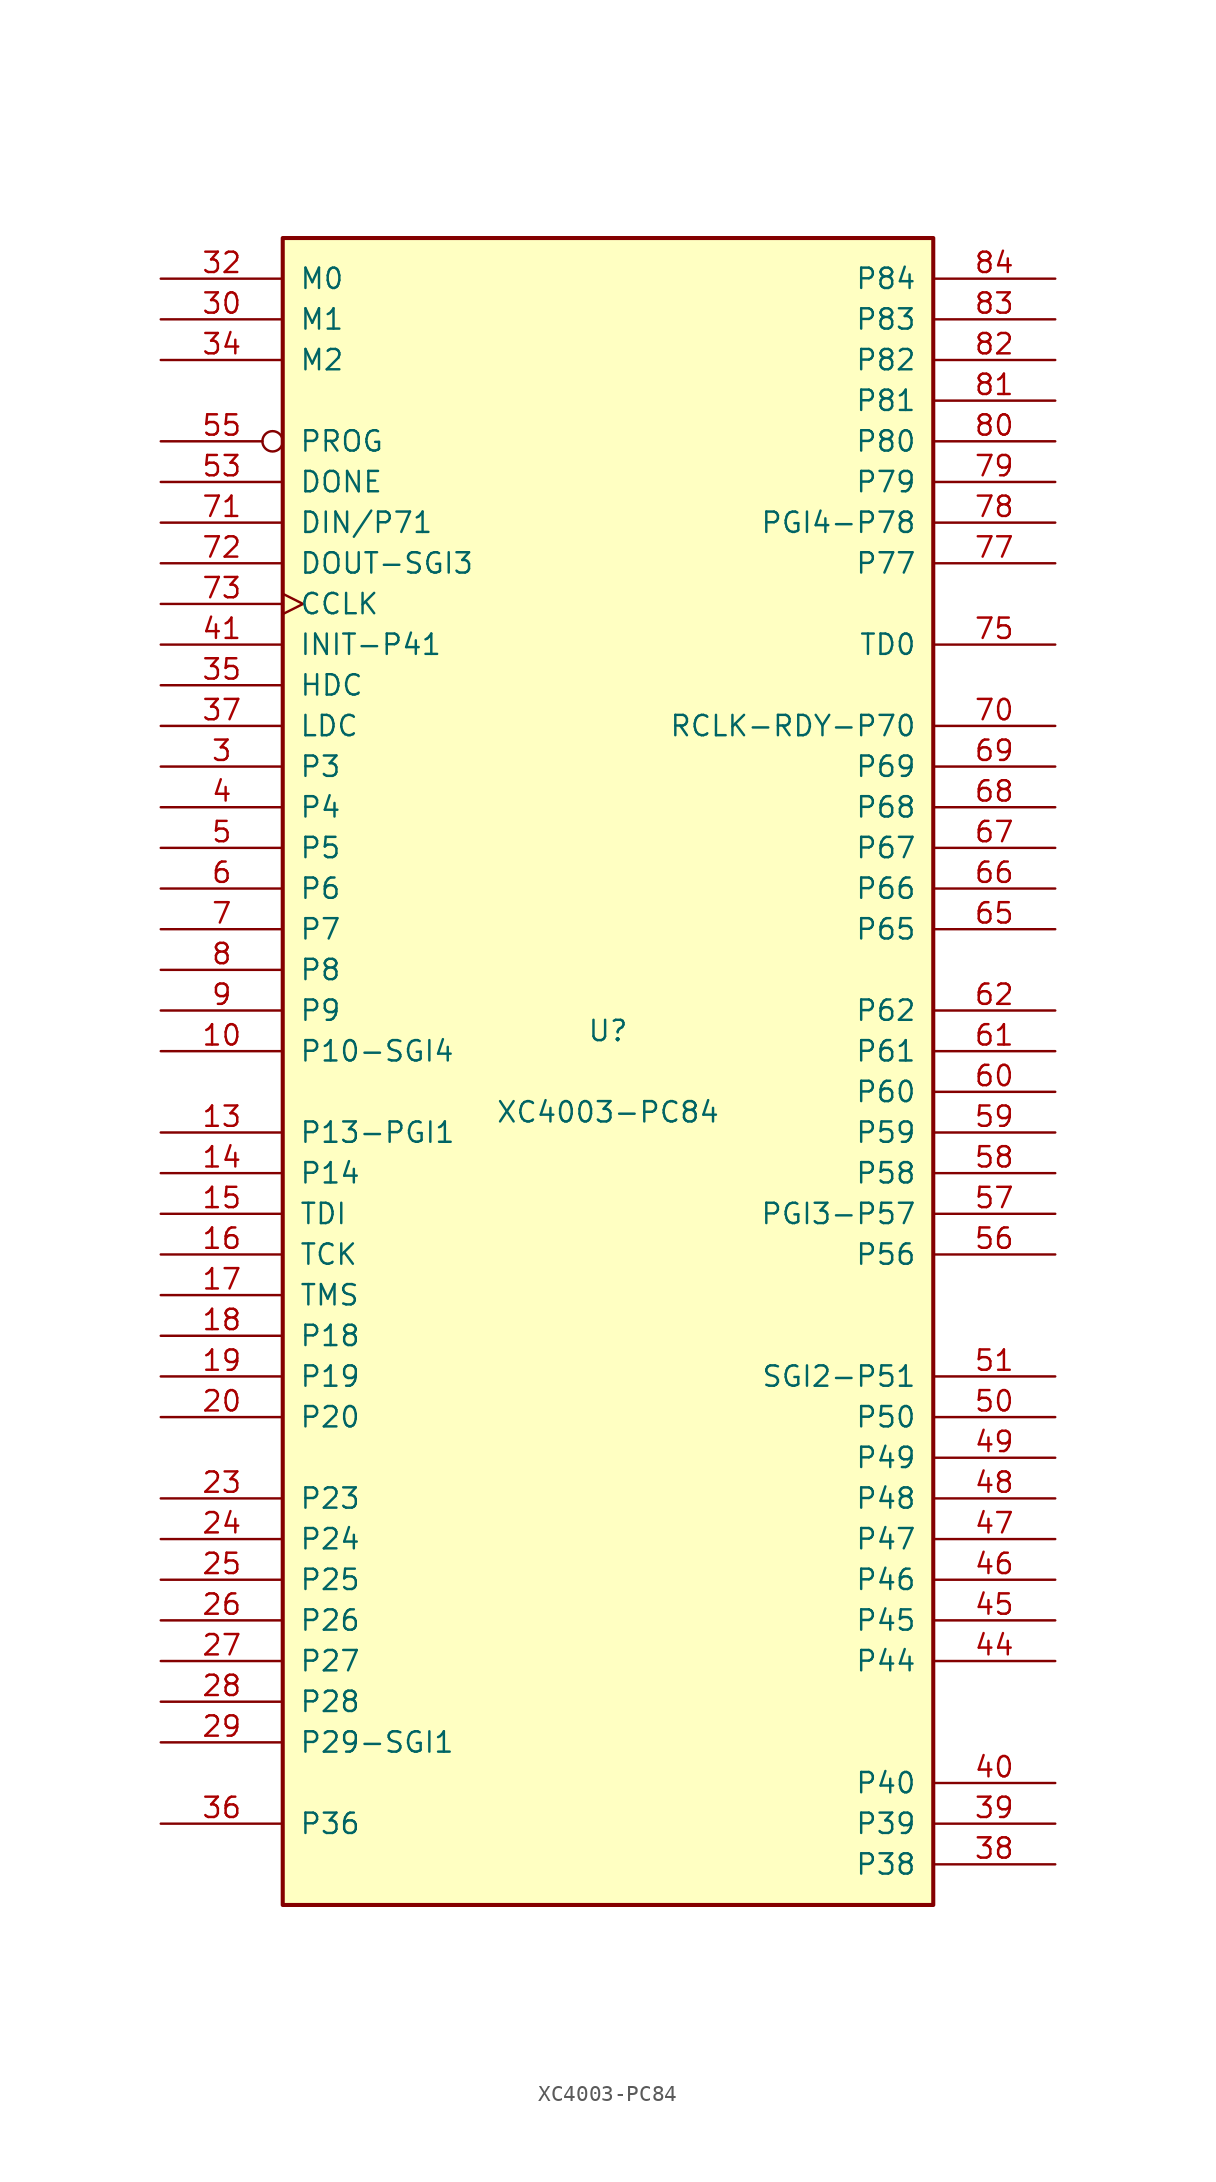
<source format=kicad_sym>
(kicad_symbol_lib
  (version 20201005)
  (generator kicad_symbol_editor)
  (symbol "XC4003-PC84"
    (pin_names
      (offset 1.016))
    (property "Reference" "U"
      (at 0 2.54 0)
      (effects (font (size 1.27 1.27))))
    (property "Value" "XC4003-PC84"
      (at 0 -2.54 0)
      (effects (font (size 1.27 1.27))))
    (symbol "XC4003-PC84_0_1"
      (rectangle (start -20.32 -52.07) (end 20.32 52.07) (stroke (width 0.254)) (fill (type background))))
    (symbol "XC4003-PC84_1_1"
      (pin power_in line (at -10.16 -52.07 90) (length 0) hide (name "GND" (effects (font (size 1.27 1.27)))) (number "1" (effects (font (size 1.27 1.27)))))
      (pin passive line (at -27.94 1.27 0) (length 7.62) (name "P10-SGI4" (effects (font (size 1.27 1.27)))) (number "10" (effects (font (size 1.27 1.27)))))
      (pin power_in line (at -2.54 52.07 270) (length 0) hide (name "VCC" (effects (font (size 1.27 1.27)))) (number "11" (effects (font (size 1.27 1.27)))))
      (pin power_in line (at -7.62 -52.07 90) (length 0) hide (name "GND" (effects (font (size 1.27 1.27)))) (number "12" (effects (font (size 1.27 1.27)))))
      (pin passive line (at -27.94 -3.81 0) (length 7.62) (name "P13-PGI1" (effects (font (size 1.27 1.27)))) (number "13" (effects (font (size 1.27 1.27)))))
      (pin passive line (at -27.94 -6.35 0) (length 7.62) (name "P14" (effects (font (size 1.27 1.27)))) (number "14" (effects (font (size 1.27 1.27)))))
      (pin passive line (at -27.94 -8.89 0) (length 7.62) (name "TDI" (effects (font (size 1.27 1.27)))) (number "15" (effects (font (size 1.27 1.27)))))
      (pin passive line (at -27.94 -11.43 0) (length 7.62) (name "TCK" (effects (font (size 1.27 1.27)))) (number "16" (effects (font (size 1.27 1.27)))))
      (pin passive line (at -27.94 -13.97 0) (length 7.62) (name "TMS" (effects (font (size 1.27 1.27)))) (number "17" (effects (font (size 1.27 1.27)))))
      (pin passive line (at -27.94 -16.51 0) (length 7.62) (name "P18" (effects (font (size 1.27 1.27)))) (number "18" (effects (font (size 1.27 1.27)))))
      (pin passive line (at -27.94 -19.05 0) (length 7.62) (name "P19" (effects (font (size 1.27 1.27)))) (number "19" (effects (font (size 1.27 1.27)))))
      (pin power_in line (at -5.08 52.07 270) (length 0) hide (name "VCC" (effects (font (size 1.27 1.27)))) (number "2" (effects (font (size 1.27 1.27)))))
      (pin passive line (at -27.94 -21.59 0) (length 7.62) (name "P20" (effects (font (size 1.27 1.27)))) (number "20" (effects (font (size 1.27 1.27)))))
      (pin power_in line (at -5.08 -52.07 90) (length 0) hide (name "GND" (effects (font (size 1.27 1.27)))) (number "21" (effects (font (size 1.27 1.27)))))
      (pin passive line (at -27.94 -26.67 0) (length 7.62) (name "P23" (effects (font (size 1.27 1.27)))) (number "23" (effects (font (size 1.27 1.27)))))
      (pin passive line (at -27.94 -29.21 0) (length 7.62) (name "P24" (effects (font (size 1.27 1.27)))) (number "24" (effects (font (size 1.27 1.27)))))
      (pin passive line (at -27.94 -31.75 0) (length 7.62) (name "P25" (effects (font (size 1.27 1.27)))) (number "25" (effects (font (size 1.27 1.27)))))
      (pin passive line (at -27.94 -34.29 0) (length 7.62) (name "P26" (effects (font (size 1.27 1.27)))) (number "26" (effects (font (size 1.27 1.27)))))
      (pin passive line (at -27.94 -36.83 0) (length 7.62) (name "P27" (effects (font (size 1.27 1.27)))) (number "27" (effects (font (size 1.27 1.27)))))
      (pin passive line (at -27.94 -39.37 0) (length 7.62) (name "P28" (effects (font (size 1.27 1.27)))) (number "28" (effects (font (size 1.27 1.27)))))
      (pin passive line (at -27.94 -41.91 0) (length 7.62) (name "P29-SGI1" (effects (font (size 1.27 1.27)))) (number "29" (effects (font (size 1.27 1.27)))))
      (pin passive line (at -27.94 19.05 0) (length 7.62) (name "P3" (effects (font (size 1.27 1.27)))) (number "3" (effects (font (size 1.27 1.27)))))
      (pin input line (at -27.94 46.99 0) (length 7.62) (name "M1" (effects (font (size 1.27 1.27)))) (number "30" (effects (font (size 1.27 1.27)))))
      (pin power_in line (at -2.54 -52.07 90) (length 0) hide (name "GND" (effects (font (size 1.27 1.27)))) (number "31" (effects (font (size 1.27 1.27)))))
      (pin input line (at -27.94 49.53 0) (length 7.62) (name "M0" (effects (font (size 1.27 1.27)))) (number "32" (effects (font (size 1.27 1.27)))))
      (pin power_in line (at 0 52.07 270) (length 0) hide (name "VCC" (effects (font (size 1.27 1.27)))) (number "33" (effects (font (size 1.27 1.27)))))
      (pin input line (at -27.94 44.45 0) (length 7.62) (name "M2" (effects (font (size 1.27 1.27)))) (number "34" (effects (font (size 1.27 1.27)))))
      (pin passive line (at -27.94 24.13 0) (length 7.62) (name "HDC" (effects (font (size 1.27 1.27)))) (number "35" (effects (font (size 1.27 1.27)))))
      (pin bidirectional line (at -27.94 -46.99 0) (length 7.62) (name "P36" (effects (font (size 1.27 1.27)))) (number "36" (effects (font (size 1.27 1.27)))))
      (pin passive line (at -27.94 21.59 0) (length 7.62) (name "LDC" (effects (font (size 1.27 1.27)))) (number "37" (effects (font (size 1.27 1.27)))))
      (pin passive line (at 27.94 -49.53 180) (length 7.62) (name "P38" (effects (font (size 1.27 1.27)))) (number "38" (effects (font (size 1.27 1.27)))))
      (pin passive line (at 27.94 -46.99 180) (length 7.62) (name "P39" (effects (font (size 1.27 1.27)))) (number "39" (effects (font (size 1.27 1.27)))))
      (pin passive line (at -27.94 16.51 0) (length 7.62) (name "P4" (effects (font (size 1.27 1.27)))) (number "4" (effects (font (size 1.27 1.27)))))
      (pin passive line (at 27.94 -44.45 180) (length 7.62) (name "P40" (effects (font (size 1.27 1.27)))) (number "40" (effects (font (size 1.27 1.27)))))
      (pin bidirectional line (at -27.94 26.67 0) (length 7.62) (name "INIT-P41" (effects (font (size 1.27 1.27)))) (number "41" (effects (font (size 1.27 1.27)))))
      (pin power_in line (at 2.54 52.07 270) (length 0) hide (name "VCC" (effects (font (size 1.27 1.27)))) (number "42" (effects (font (size 1.27 1.27)))))
      (pin power_in line (at 0 -52.07 90) (length 0) hide (name "GND" (effects (font (size 1.27 1.27)))) (number "43" (effects (font (size 1.27 1.27)))))
      (pin passive line (at 27.94 -36.83 180) (length 7.62) (name "P44" (effects (font (size 1.27 1.27)))) (number "44" (effects (font (size 1.27 1.27)))))
      (pin passive line (at 27.94 -34.29 180) (length 7.62) (name "P45" (effects (font (size 1.27 1.27)))) (number "45" (effects (font (size 1.27 1.27)))))
      (pin passive line (at 27.94 -31.75 180) (length 7.62) (name "P46" (effects (font (size 1.27 1.27)))) (number "46" (effects (font (size 1.27 1.27)))))
      (pin passive line (at 27.94 -29.21 180) (length 7.62) (name "P47" (effects (font (size 1.27 1.27)))) (number "47" (effects (font (size 1.27 1.27)))))
      (pin passive line (at 27.94 -26.67 180) (length 7.62) (name "P48" (effects (font (size 1.27 1.27)))) (number "48" (effects (font (size 1.27 1.27)))))
      (pin passive line (at 27.94 -24.13 180) (length 7.62) (name "P49" (effects (font (size 1.27 1.27)))) (number "49" (effects (font (size 1.27 1.27)))))
      (pin passive line (at -27.94 13.97 0) (length 7.62) (name "P5" (effects (font (size 1.27 1.27)))) (number "5" (effects (font (size 1.27 1.27)))))
      (pin passive line (at 27.94 -21.59 180) (length 7.62) (name "P50" (effects (font (size 1.27 1.27)))) (number "50" (effects (font (size 1.27 1.27)))))
      (pin passive line (at 27.94 -19.05 180) (length 7.62) (name "SGI2-P51" (effects (font (size 1.27 1.27)))) (number "51" (effects (font (size 1.27 1.27)))))
      (pin power_in line (at 2.54 -52.07 90) (length 0) hide (name "GND" (effects (font (size 1.27 1.27)))) (number "52" (effects (font (size 1.27 1.27)))))
      (pin bidirectional line (at -27.94 36.83 0) (length 7.62) (name "DONE" (effects (font (size 1.27 1.27)))) (number "53" (effects (font (size 1.27 1.27)))))
      (pin power_in line (at 5.08 52.07 270) (length 0) hide (name "VCC" (effects (font (size 1.27 1.27)))) (number "54" (effects (font (size 1.27 1.27)))))
      (pin input inverted (at -27.94 39.37 0) (length 7.62) (name "PROG" (effects (font (size 1.27 1.27)))) (number "55" (effects (font (size 1.27 1.27)))))
      (pin passive line (at 27.94 -11.43 180) (length 7.62) (name "P56" (effects (font (size 1.27 1.27)))) (number "56" (effects (font (size 1.27 1.27)))))
      (pin passive line (at 27.94 -8.89 180) (length 7.62) (name "PGI3-P57" (effects (font (size 1.27 1.27)))) (number "57" (effects (font (size 1.27 1.27)))))
      (pin passive line (at 27.94 -6.35 180) (length 7.62) (name "P58" (effects (font (size 1.27 1.27)))) (number "58" (effects (font (size 1.27 1.27)))))
      (pin passive line (at 27.94 -3.81 180) (length 7.62) (name "P59" (effects (font (size 1.27 1.27)))) (number "59" (effects (font (size 1.27 1.27)))))
      (pin passive line (at -27.94 11.43 0) (length 7.62) (name "P6" (effects (font (size 1.27 1.27)))) (number "6" (effects (font (size 1.27 1.27)))))
      (pin passive line (at 27.94 -1.27 180) (length 7.62) (name "P60" (effects (font (size 1.27 1.27)))) (number "60" (effects (font (size 1.27 1.27)))))
      (pin passive line (at 27.94 1.27 180) (length 7.62) (name "P61" (effects (font (size 1.27 1.27)))) (number "61" (effects (font (size 1.27 1.27)))))
      (pin passive line (at 27.94 3.81 180) (length 7.62) (name "P62" (effects (font (size 1.27 1.27)))) (number "62" (effects (font (size 1.27 1.27)))))
      (pin power_in line (at 5.08 -52.07 90) (length 0) hide (name "GND" (effects (font (size 1.27 1.27)))) (number "64" (effects (font (size 1.27 1.27)))))
      (pin passive line (at 27.94 8.89 180) (length 7.62) (name "P65" (effects (font (size 1.27 1.27)))) (number "65" (effects (font (size 1.27 1.27)))))
      (pin passive line (at 27.94 11.43 180) (length 7.62) (name "P66" (effects (font (size 1.27 1.27)))) (number "66" (effects (font (size 1.27 1.27)))))
      (pin passive line (at 27.94 13.97 180) (length 7.62) (name "P67" (effects (font (size 1.27 1.27)))) (number "67" (effects (font (size 1.27 1.27)))))
      (pin passive line (at 27.94 16.51 180) (length 7.62) (name "P68" (effects (font (size 1.27 1.27)))) (number "68" (effects (font (size 1.27 1.27)))))
      (pin passive line (at 27.94 19.05 180) (length 7.62) (name "P69" (effects (font (size 1.27 1.27)))) (number "69" (effects (font (size 1.27 1.27)))))
      (pin passive line (at -27.94 8.89 0) (length 7.62) (name "P7" (effects (font (size 1.27 1.27)))) (number "7" (effects (font (size 1.27 1.27)))))
      (pin passive line (at 27.94 21.59 180) (length 7.62) (name "RCLK-RDY-P70" (effects (font (size 1.27 1.27)))) (number "70" (effects (font (size 1.27 1.27)))))
      (pin input line (at -27.94 34.29 0) (length 7.62) (name "DIN/P71" (effects (font (size 1.27 1.27)))) (number "71" (effects (font (size 1.27 1.27)))))
      (pin passive line (at -27.94 31.75 0) (length 7.62) (name "DOUT-SGI3" (effects (font (size 1.27 1.27)))) (number "72" (effects (font (size 1.27 1.27)))))
      (pin passive clock (at -27.94 29.21 0) (length 7.62) (name "CCLK" (effects (font (size 1.27 1.27)))) (number "73" (effects (font (size 1.27 1.27)))))
      (pin power_in line (at 7.62 52.07 270) (length 0) hide (name "VCC" (effects (font (size 1.27 1.27)))) (number "74" (effects (font (size 1.27 1.27)))))
      (pin passive line (at 27.94 26.67 180) (length 7.62) (name "TD0" (effects (font (size 1.27 1.27)))) (number "75" (effects (font (size 1.27 1.27)))))
      (pin power_in line (at 7.62 -52.07 90) (length 0) hide (name "GND" (effects (font (size 1.27 1.27)))) (number "76" (effects (font (size 1.27 1.27)))))
      (pin passive line (at 27.94 31.75 180) (length 7.62) (name "P77" (effects (font (size 1.27 1.27)))) (number "77" (effects (font (size 1.27 1.27)))))
      (pin passive line (at 27.94 34.29 180) (length 7.62) (name "PGI4-P78" (effects (font (size 1.27 1.27)))) (number "78" (effects (font (size 1.27 1.27)))))
      (pin passive line (at 27.94 36.83 180) (length 7.62) (name "P79" (effects (font (size 1.27 1.27)))) (number "79" (effects (font (size 1.27 1.27)))))
      (pin passive line (at -27.94 6.35 0) (length 7.62) (name "P8" (effects (font (size 1.27 1.27)))) (number "8" (effects (font (size 1.27 1.27)))))
      (pin passive line (at 27.94 39.37 180) (length 7.62) (name "P80" (effects (font (size 1.27 1.27)))) (number "80" (effects (font (size 1.27 1.27)))))
      (pin passive line (at 27.94 41.91 180) (length 7.62) (name "P81" (effects (font (size 1.27 1.27)))) (number "81" (effects (font (size 1.27 1.27)))))
      (pin passive line (at 27.94 44.45 180) (length 7.62) (name "P82" (effects (font (size 1.27 1.27)))) (number "82" (effects (font (size 1.27 1.27)))))
      (pin passive line (at 27.94 46.99 180) (length 7.62) (name "P83" (effects (font (size 1.27 1.27)))) (number "83" (effects (font (size 1.27 1.27)))))
      (pin passive line (at 27.94 49.53 180) (length 7.62) (name "P84" (effects (font (size 1.27 1.27)))) (number "84" (effects (font (size 1.27 1.27)))))
      (pin passive line (at -27.94 3.81 0) (length 7.62) (name "P9" (effects (font (size 1.27 1.27)))) (number "9" (effects (font (size 1.27 1.27))))))))
</source>
